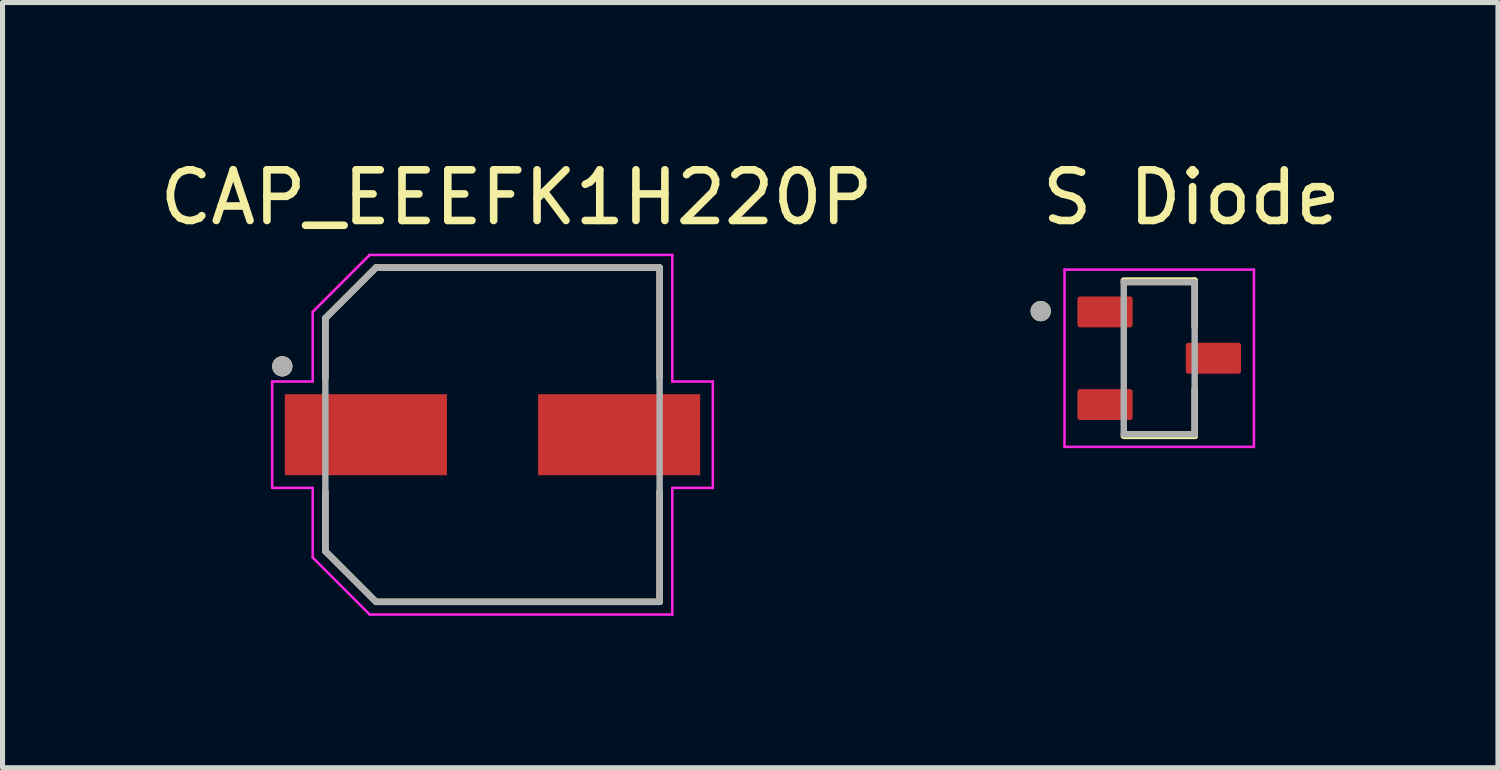
<source format=kicad_pcb>
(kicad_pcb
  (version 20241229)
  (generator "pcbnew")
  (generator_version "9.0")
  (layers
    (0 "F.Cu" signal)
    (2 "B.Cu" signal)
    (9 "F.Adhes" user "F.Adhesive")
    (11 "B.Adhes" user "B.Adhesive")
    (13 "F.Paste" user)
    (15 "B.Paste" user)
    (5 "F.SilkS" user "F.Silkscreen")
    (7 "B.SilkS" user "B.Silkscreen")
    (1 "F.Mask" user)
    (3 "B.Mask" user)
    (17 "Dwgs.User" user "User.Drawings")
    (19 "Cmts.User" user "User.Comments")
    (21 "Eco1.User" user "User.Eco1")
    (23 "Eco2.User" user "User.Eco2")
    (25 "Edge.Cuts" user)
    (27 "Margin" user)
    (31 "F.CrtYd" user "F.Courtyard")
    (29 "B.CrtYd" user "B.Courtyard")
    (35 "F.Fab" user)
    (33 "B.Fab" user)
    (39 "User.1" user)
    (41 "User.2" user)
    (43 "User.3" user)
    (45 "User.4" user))
  (footprint "CAP_EEEFK1H220P"
    (layer "F.Cu")
    (at 6.674 5.533)
    (property "Reference" "CAP_EEEFK1H220P" (at 0.475 -4.685 0) (layer "F.SilkS") (effects (font (size 1 1) (thickness 0.15))))
    (attr smd)
    (fp_line (start -3.3 -2.3) (end -3.3 -1.12) (stroke (width 0.127) (type solid)) (layer "F.SilkS"))
    (fp_line (start -3.3 1.12) (end -3.3 2.3) (stroke (width 0.127) (type solid)) (layer "F.SilkS"))
    (fp_line (start -3.3 2.3) (end -2.3 3.3) (stroke (width 0.127) (type solid)) (layer "F.SilkS"))
    (fp_line (start -2.3 -3.3) (end -3.3 -2.3) (stroke (width 0.127) (type solid)) (layer "F.SilkS"))
    (fp_line (start -2.3 3.3) (end 3.3 3.3) (stroke (width 0.127) (type solid)) (layer "F.SilkS"))
    (fp_line (start 3.3 -3.3) (end -2.3 -3.3) (stroke (width 0.127) (type solid)) (layer "F.SilkS"))
    (fp_line (start 3.3 -1.12) (end 3.3 -3.3) (stroke (width 0.127) (type solid)) (layer "F.SilkS"))
    (fp_line (start 3.3 3.3) (end 3.3 1.12) (stroke (width 0.127) (type solid)) (layer "F.SilkS"))
    (fp_circle (center -4.15 -1.35) (end -4.05 -1.35) (stroke (width 0.2) (type solid)) (fill no) (layer "F.SilkS"))
    (fp_line (start -4.35 -1.05) (end -3.55 -1.05) (stroke (width 0.05) (type solid)) (layer "F.CrtYd"))
    (fp_line (start -4.35 1.05) (end -4.35 -1.05) (stroke (width 0.05) (type solid)) (layer "F.CrtYd"))
    (fp_line (start -3.55 -2.425) (end -2.425 -3.55) (stroke (width 0.05) (type solid)) (layer "F.CrtYd"))
    (fp_line (start -3.55 -1.05) (end -3.55 -2.425) (stroke (width 0.05) (type solid)) (layer "F.CrtYd"))
    (fp_line (start -3.55 1.05) (end -4.35 1.05) (stroke (width 0.05) (type solid)) (layer "F.CrtYd"))
    (fp_line (start -3.55 2.425) (end -3.55 1.05) (stroke (width 0.05) (type solid)) (layer "F.CrtYd"))
    (fp_line (start -2.425 -3.55) (end 3.55 -3.55) (stroke (width 0.05) (type solid)) (layer "F.CrtYd"))
    (fp_line (start -2.425 3.55) (end -3.55 2.425) (stroke (width 0.05) (type solid)) (layer "F.CrtYd"))
    (fp_line (start 3.55 -3.55) (end 3.55 -1.05) (stroke (width 0.05) (type solid)) (layer "F.CrtYd"))
    (fp_line (start 3.55 -1.05) (end 4.35 -1.05) (stroke (width 0.05) (type solid)) (layer "F.CrtYd"))
    (fp_line (start 3.55 1.05) (end 3.55 3.55) (stroke (width 0.05) (type solid)) (layer "F.CrtYd"))
    (fp_line (start 3.55 3.55) (end -2.425 3.55) (stroke (width 0.05) (type solid)) (layer "F.CrtYd"))
    (fp_line (start 4.35 -1.05) (end 4.35 1.05) (stroke (width 0.05) (type solid)) (layer "F.CrtYd"))
    (fp_line (start 4.35 1.05) (end 3.55 1.05) (stroke (width 0.05) (type solid)) (layer "F.CrtYd"))
    (fp_line (start -3.3 -2.3) (end -3.3 2.3) (stroke (width 0.127) (type solid)) (layer "F.Fab"))
    (fp_line (start -3.3 2.3) (end -2.3 3.3) (stroke (width 0.127) (type solid)) (layer "F.Fab"))
    (fp_line (start -2.3 -3.3) (end -3.3 -2.3) (stroke (width 0.127) (type solid)) (layer "F.Fab"))
    (fp_line (start -2.3 3.3) (end 3.3 3.3) (stroke (width 0.127) (type solid)) (layer "F.Fab"))
    (fp_line (start 3.3 -3.3) (end -2.3 -3.3) (stroke (width 0.127) (type solid)) (layer "F.Fab"))
    (fp_line (start 3.3 3.3) (end 3.3 -3.3) (stroke (width 0.127) (type solid)) (layer "F.Fab"))
    (fp_circle (center -4.15 -1.35) (end -4.05 -1.35) (stroke (width 0.2) (type solid)) (fill no) (layer "F.Fab"))
    (pad "1" smd rect (at -2.5 0) (size 3.2 1.6) (layers "F.Cu" "F.Mask" "F.Paste"))
    (pad "2" smd rect (at 2.5 0) (size 3.2 1.6) (layers "F.Cu" "F.Mask" "F.Paste")))
  (footprint "S Diode"
    (layer "F.Cu")
    (at 19.838 4.023)
    (property "Reference" "S Diode" (at 0.635 -3.175 0) (layer "F.SilkS") (effects (font (size 1 1) (thickness 0.15))))
    (attr smd)
    (fp_line (start -0.7 -1.534) (end 0.7 -1.534) (stroke (width 0.127) (type solid)) (layer "F.SilkS"))
    (fp_line (start -0.7 1.534) (end 0.7 1.534) (stroke (width 0.127) (type solid)) (layer "F.SilkS"))
    (fp_line (start 0.7 -1.534) (end 0.7 -0.619) (stroke (width 0.127) (type solid)) (layer "F.SilkS"))
    (fp_line (start 0.7 1.534) (end 0.7 0.619) (stroke (width 0.127) (type solid)) (layer "F.SilkS"))
    (fp_circle (center -2.34 -0.93) (end -2.24 -0.93) (stroke (width 0.2) (type solid)) (fill no) (layer "F.SilkS"))
    (fp_line (start -1.87 -1.75) (end 1.87 -1.75) (stroke (width 0.05) (type solid)) (layer "F.CrtYd"))
    (fp_line (start -1.87 1.75) (end -1.87 -1.75) (stroke (width 0.05) (type solid)) (layer "F.CrtYd"))
    (fp_line (start 1.87 -1.75) (end 1.87 1.75) (stroke (width 0.05) (type solid)) (layer "F.CrtYd"))
    (fp_line (start 1.87 1.75) (end -1.87 1.75) (stroke (width 0.05) (type solid)) (layer "F.CrtYd"))
    (fp_line (start -0.7 -1.5) (end -0.7 1.5) (stroke (width 0.127) (type solid)) (layer "F.Fab"))
    (fp_line (start -0.7 1.5) (end 0.7 1.5) (stroke (width 0.127) (type solid)) (layer "F.Fab"))
    (fp_line (start 0.7 -1.5) (end -0.7 -1.5) (stroke (width 0.127) (type solid)) (layer "F.Fab"))
    (fp_line (start 0.7 1.5) (end 0.7 -1.5) (stroke (width 0.127) (type solid)) (layer "F.Fab"))
    (fp_circle (center -2.34 -0.93) (end -2.24 -0.93) (stroke (width 0.2) (type solid)) (fill no) (layer "F.Fab"))
    (pad "1" smd roundrect (at -1.07 -0.915) (size 1.09 0.61) (layers "F.Cu" "F.Mask" "F.Paste") (roundrect_rratio 0.08))
    (pad "2" smd roundrect (at -1.07 0.915) (size 1.09 0.61) (layers "F.Cu" "F.Mask" "F.Paste") (roundrect_rratio 0.08))
    (pad "3" smd roundrect (at 1.07 0) (size 1.09 0.61) (layers "F.Cu" "F.Mask" "F.Paste") (roundrect_rratio 0.08)))
  (gr_rect
    (start -3 -3)
    (end 26.526 12.108)
    (stroke (width 0.1) (type default))
    (fill no)
    (layer "Edge.Cuts")))
</source>
